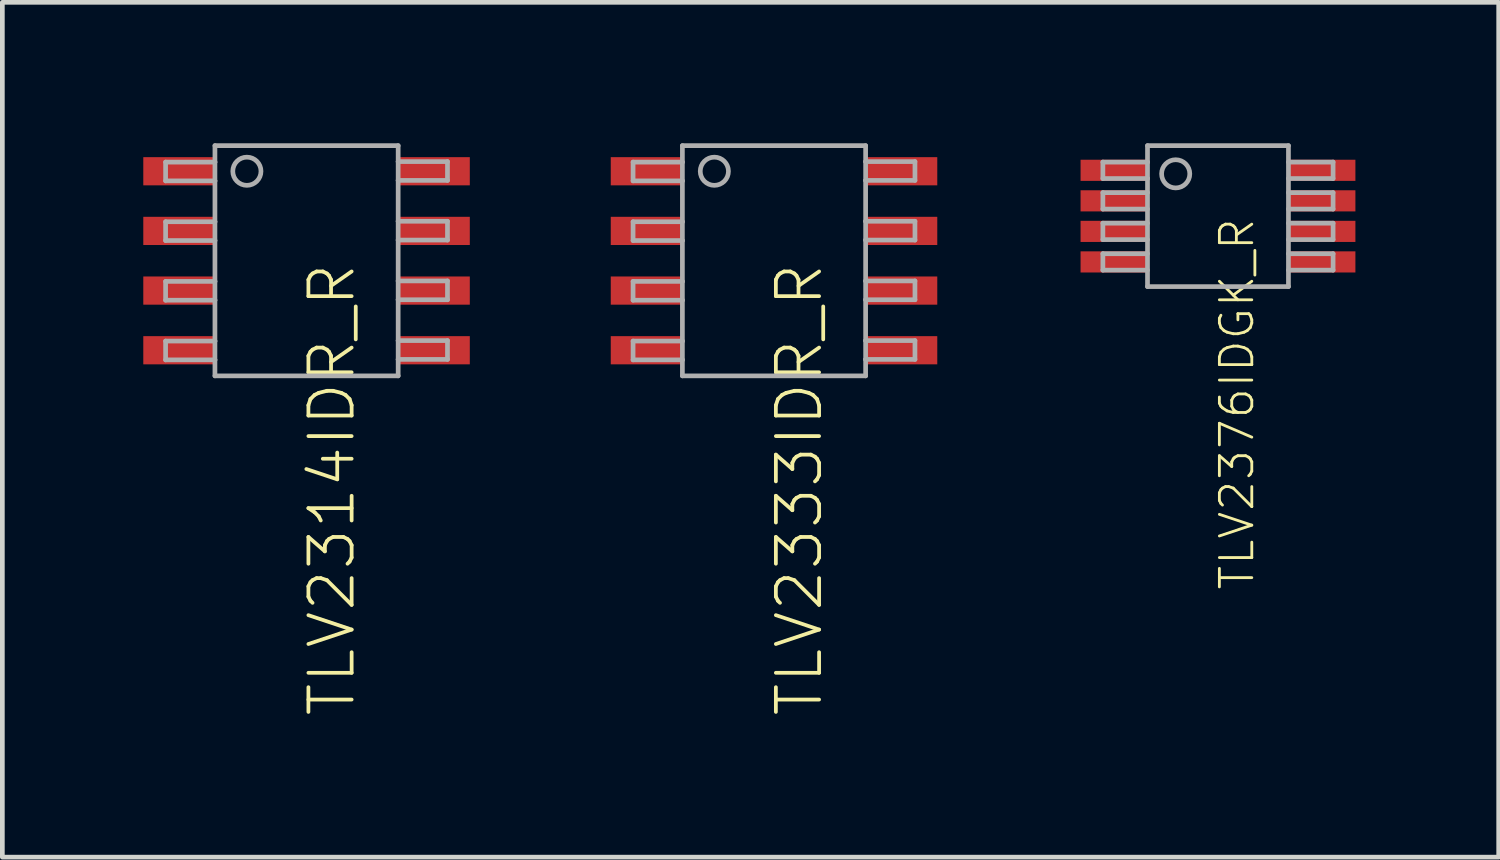
<source format=kicad_pcb>
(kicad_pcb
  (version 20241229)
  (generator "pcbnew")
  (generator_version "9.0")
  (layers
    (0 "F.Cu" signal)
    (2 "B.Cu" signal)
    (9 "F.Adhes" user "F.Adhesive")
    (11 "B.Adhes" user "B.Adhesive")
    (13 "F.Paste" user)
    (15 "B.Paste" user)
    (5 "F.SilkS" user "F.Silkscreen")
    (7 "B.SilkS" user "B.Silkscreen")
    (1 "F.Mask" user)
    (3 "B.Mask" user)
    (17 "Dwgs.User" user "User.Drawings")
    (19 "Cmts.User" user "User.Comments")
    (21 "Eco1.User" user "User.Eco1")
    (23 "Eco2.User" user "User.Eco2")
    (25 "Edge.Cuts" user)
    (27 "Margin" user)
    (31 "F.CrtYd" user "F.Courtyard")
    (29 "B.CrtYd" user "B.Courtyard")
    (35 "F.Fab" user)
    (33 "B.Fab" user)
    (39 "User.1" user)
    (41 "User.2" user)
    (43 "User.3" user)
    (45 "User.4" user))
  (footprint "TLV2314IDR_R"
    (layer "F.Cu")
    (at 3.475 2.5)
    (property "Reference" "TLV2314IDR_R" (at 0 0 90) (unlocked yes) (layer "F.SilkS") (effects (font (size 0.92 0.92) (thickness 0.08)) (justify right top)))
    (fp_poly (pts (xy -1.95 -1.63) (xy -3.45 -1.63) (xy -3.45 -2.18) (xy -1.95 -2.18)) (stroke (width 0) (type default)) (fill yes) (layer "F.Paste"))
    (fp_poly (pts (xy -1.95 -0.36) (xy -3.45 -0.36) (xy -3.45 -0.91) (xy -1.95 -0.91)) (stroke (width 0) (type default)) (fill yes) (layer "F.Paste"))
    (fp_poly (pts (xy -1.95 0.91) (xy -3.45 0.91) (xy -3.45 0.36) (xy -1.95 0.36)) (stroke (width 0) (type default)) (fill yes) (layer "F.Paste"))
    (fp_poly (pts (xy -1.95 2.18) (xy -3.45 2.18) (xy -3.45 1.63) (xy -1.95 1.63)) (stroke (width 0) (type default)) (fill yes) (layer "F.Paste"))
    (fp_poly (pts (xy 3.45 -1.63) (xy 1.95 -1.63) (xy 1.95 -2.18) (xy 3.45 -2.18)) (stroke (width 0) (type default)) (fill yes) (layer "F.Paste"))
    (fp_poly (pts (xy 3.45 -0.36) (xy 1.95 -0.36) (xy 1.95 -0.91) (xy 3.45 -0.91)) (stroke (width 0) (type default)) (fill yes) (layer "F.Paste"))
    (fp_poly (pts (xy 3.45 0.91) (xy 1.95 0.91) (xy 1.95 0.36) (xy 3.45 0.36)) (stroke (width 0) (type default)) (fill yes) (layer "F.Paste"))
    (fp_poly (pts (xy 3.45 2.18) (xy 1.95 2.18) (xy 1.95 1.63) (xy 3.45 1.63)) (stroke (width 0) (type default)) (fill yes) (layer "F.Paste"))
    (fp_line (start -3 -2.1) (end -3 -1.7) (stroke (width 0.1) (type solid)) (layer "F.Fab"))
    (fp_line (start -3 -1.7) (end -1.95 -1.7) (stroke (width 0.1) (type solid)) (layer "F.Fab"))
    (fp_line (start -3 -0.83) (end -3 -0.43) (stroke (width 0.1) (type solid)) (layer "F.Fab"))
    (fp_line (start -3 -0.43) (end -1.95 -0.43) (stroke (width 0.1) (type solid)) (layer "F.Fab"))
    (fp_line (start -3 0.44) (end -3 0.84) (stroke (width 0.1) (type solid)) (layer "F.Fab"))
    (fp_line (start -3 0.84) (end -1.95 0.84) (stroke (width 0.1) (type solid)) (layer "F.Fab"))
    (fp_line (start -3 1.71) (end -3 2.11) (stroke (width 0.1) (type solid)) (layer "F.Fab"))
    (fp_line (start -3 2.11) (end -1.95 2.11) (stroke (width 0.1) (type solid)) (layer "F.Fab"))
    (fp_line (start -1.95 -2.45) (end -1.95 -2.1) (stroke (width 0.1) (type solid)) (layer "F.Fab"))
    (fp_line (start -1.95 -2.1) (end -3 -2.1) (stroke (width 0.1) (type solid)) (layer "F.Fab"))
    (fp_line (start -1.95 -2.1) (end -1.95 -1.7) (stroke (width 0.1) (type solid)) (layer "F.Fab"))
    (fp_line (start -1.95 -1.7) (end -1.95 -0.83) (stroke (width 0.1) (type solid)) (layer "F.Fab"))
    (fp_line (start -1.95 -0.83) (end -3 -0.83) (stroke (width 0.1) (type solid)) (layer "F.Fab"))
    (fp_line (start -1.95 -0.83) (end -1.95 -0.43) (stroke (width 0.1) (type solid)) (layer "F.Fab"))
    (fp_line (start -1.95 -0.43) (end -1.95 0.44) (stroke (width 0.1) (type solid)) (layer "F.Fab"))
    (fp_line (start -1.95 0.44) (end -3 0.44) (stroke (width 0.1) (type solid)) (layer "F.Fab"))
    (fp_line (start -1.95 0.44) (end -1.95 0.84) (stroke (width 0.1) (type solid)) (layer "F.Fab"))
    (fp_line (start -1.95 0.84) (end -1.95 1.71) (stroke (width 0.1) (type solid)) (layer "F.Fab"))
    (fp_line (start -1.95 1.71) (end -3 1.71) (stroke (width 0.1) (type solid)) (layer "F.Fab"))
    (fp_line (start -1.95 1.71) (end -1.95 2.11) (stroke (width 0.1) (type solid)) (layer "F.Fab"))
    (fp_line (start -1.95 2.11) (end -1.95 2.45) (stroke (width 0.1) (type solid)) (layer "F.Fab"))
    (fp_line (start -1.95 2.45) (end 1.95 2.45) (stroke (width 0.1) (type solid)) (layer "F.Fab"))
    (fp_line (start 1.95 -2.45) (end -1.95 -2.45) (stroke (width 0.1) (type solid)) (layer "F.Fab"))
    (fp_line (start 1.95 -2.11) (end 1.95 -2.45) (stroke (width 0.1) (type solid)) (layer "F.Fab"))
    (fp_line (start 1.95 -1.71) (end 1.95 -2.11) (stroke (width 0.1) (type solid)) (layer "F.Fab"))
    (fp_line (start 1.95 -1.71) (end 3 -1.71) (stroke (width 0.1) (type solid)) (layer "F.Fab"))
    (fp_line (start 1.95 -0.84) (end 1.95 -1.71) (stroke (width 0.1) (type solid)) (layer "F.Fab"))
    (fp_line (start 1.95 -0.44) (end 1.95 -0.84) (stroke (width 0.1) (type solid)) (layer "F.Fab"))
    (fp_line (start 1.95 -0.44) (end 3 -0.44) (stroke (width 0.1) (type solid)) (layer "F.Fab"))
    (fp_line (start 1.95 0.43) (end 1.95 -0.44) (stroke (width 0.1) (type solid)) (layer "F.Fab"))
    (fp_line (start 1.95 0.83) (end 1.95 0.43) (stroke (width 0.1) (type solid)) (layer "F.Fab"))
    (fp_line (start 1.95 0.83) (end 3 0.83) (stroke (width 0.1) (type solid)) (layer "F.Fab"))
    (fp_line (start 1.95 1.7) (end 1.95 0.83) (stroke (width 0.1) (type solid)) (layer "F.Fab"))
    (fp_line (start 1.95 2.1) (end 1.95 1.7) (stroke (width 0.1) (type solid)) (layer "F.Fab"))
    (fp_line (start 1.95 2.1) (end 3 2.1) (stroke (width 0.1) (type solid)) (layer "F.Fab"))
    (fp_line (start 1.95 2.45) (end 1.95 2.1) (stroke (width 0.1) (type solid)) (layer "F.Fab"))
    (fp_line (start 3 -2.11) (end 1.95 -2.11) (stroke (width 0.1) (type solid)) (layer "F.Fab"))
    (fp_line (start 3 -1.71) (end 3 -2.11) (stroke (width 0.1) (type solid)) (layer "F.Fab"))
    (fp_line (start 3 -0.84) (end 1.95 -0.84) (stroke (width 0.1) (type solid)) (layer "F.Fab"))
    (fp_line (start 3 -0.44) (end 3 -0.84) (stroke (width 0.1) (type solid)) (layer "F.Fab"))
    (fp_line (start 3 0.43) (end 1.95 0.43) (stroke (width 0.1) (type solid)) (layer "F.Fab"))
    (fp_line (start 3 0.83) (end 3 0.43) (stroke (width 0.1) (type solid)) (layer "F.Fab"))
    (fp_line (start 3 1.7) (end 1.95 1.7) (stroke (width 0.1) (type solid)) (layer "F.Fab"))
    (fp_line (start 3 2.1) (end 3 1.7) (stroke (width 0.1) (type solid)) (layer "F.Fab"))
    (fp_circle (center -1.27 -1.905) (end -0.97 -1.905) (stroke (width 0.1) (type solid)) (fill no) (layer "F.Fab"))
    (pad "1" smd rect (at -2.7 -1.905 270) (size 0.6 1.55) (layers "F.Cu" "F.Mask"))
    (pad "2" smd rect (at -2.7 -0.635 270) (size 0.6 1.55) (layers "F.Cu" "F.Mask"))
    (pad "3" smd rect (at -2.7 0.635 270) (size 0.6 1.55) (layers "F.Cu" "F.Mask"))
    (pad "4" smd rect (at -2.7 1.905 270) (size 0.6 1.55) (layers "F.Cu" "F.Mask"))
    (pad "5" smd rect (at 2.7 1.905 270) (size 0.6 1.55) (layers "F.Cu" "F.Mask"))
    (pad "6" smd rect (at 2.7 0.635 270) (size 0.6 1.55) (layers "F.Cu" "F.Mask"))
    (pad "7" smd rect (at 2.7 -0.635 270) (size 0.6 1.55) (layers "F.Cu" "F.Mask"))
    (pad "8" smd rect (at 2.7 -1.905 270) (size 0.6 1.55) (layers "F.Cu" "F.Mask")))
  (footprint "TLV2333IDR_R"
    (layer "F.Cu")
    (at 13.425 2.5)
    (property "Reference" "TLV2333IDR_R" (at 0 0 90) (unlocked yes) (layer "F.SilkS") (effects (font (size 0.92 0.92) (thickness 0.08)) (justify right top)))
    (fp_poly (pts (xy -3.45 -2.18) (xy -3.45 -1.63) (xy -1.95 -1.63) (xy -1.95 -2.18)) (stroke (width 0) (type default)) (fill yes) (layer "F.Paste"))
    (fp_poly (pts (xy -3.45 -0.91) (xy -3.45 -0.36) (xy -1.95 -0.36) (xy -1.95 -0.91)) (stroke (width 0) (type default)) (fill yes) (layer "F.Paste"))
    (fp_poly (pts (xy -3.45 0.36) (xy -3.45 0.91) (xy -1.95 0.91) (xy -1.95 0.36)) (stroke (width 0) (type default)) (fill yes) (layer "F.Paste"))
    (fp_poly (pts (xy -3.45 1.63) (xy -3.45 2.18) (xy -1.95 2.18) (xy -1.95 1.63)) (stroke (width 0) (type default)) (fill yes) (layer "F.Paste"))
    (fp_poly (pts (xy 1.95 -2.18) (xy 1.95 -1.63) (xy 3.45 -1.63) (xy 3.45 -2.18)) (stroke (width 0) (type default)) (fill yes) (layer "F.Paste"))
    (fp_poly (pts (xy 1.95 -0.91) (xy 1.95 -0.36) (xy 3.45 -0.36) (xy 3.45 -0.91)) (stroke (width 0) (type default)) (fill yes) (layer "F.Paste"))
    (fp_poly (pts (xy 1.95 0.36) (xy 1.95 0.91) (xy 3.45 0.91) (xy 3.45 0.36)) (stroke (width 0) (type default)) (fill yes) (layer "F.Paste"))
    (fp_poly (pts (xy 1.95 1.63) (xy 1.95 2.18) (xy 3.45 2.18) (xy 3.45 1.63)) (stroke (width 0) (type default)) (fill yes) (layer "F.Paste"))
    (fp_line (start -3 -2.1) (end -3 -1.7) (stroke (width 0.1) (type solid)) (layer "F.Fab"))
    (fp_line (start -3 -1.7) (end -1.95 -1.7) (stroke (width 0.1) (type solid)) (layer "F.Fab"))
    (fp_line (start -3 -0.83) (end -3 -0.43) (stroke (width 0.1) (type solid)) (layer "F.Fab"))
    (fp_line (start -3 -0.43) (end -1.95 -0.43) (stroke (width 0.1) (type solid)) (layer "F.Fab"))
    (fp_line (start -3 0.44) (end -3 0.84) (stroke (width 0.1) (type solid)) (layer "F.Fab"))
    (fp_line (start -3 0.84) (end -1.95 0.84) (stroke (width 0.1) (type solid)) (layer "F.Fab"))
    (fp_line (start -3 1.71) (end -3 2.11) (stroke (width 0.1) (type solid)) (layer "F.Fab"))
    (fp_line (start -3 2.11) (end -1.95 2.11) (stroke (width 0.1) (type solid)) (layer "F.Fab"))
    (fp_line (start -1.95 -2.45) (end -1.95 -2.1) (stroke (width 0.1) (type solid)) (layer "F.Fab"))
    (fp_line (start -1.95 -2.1) (end -3 -2.1) (stroke (width 0.1) (type solid)) (layer "F.Fab"))
    (fp_line (start -1.95 -2.1) (end -1.95 -1.7) (stroke (width 0.1) (type solid)) (layer "F.Fab"))
    (fp_line (start -1.95 -1.7) (end -1.95 -0.83) (stroke (width 0.1) (type solid)) (layer "F.Fab"))
    (fp_line (start -1.95 -0.83) (end -3 -0.83) (stroke (width 0.1) (type solid)) (layer "F.Fab"))
    (fp_line (start -1.95 -0.83) (end -1.95 -0.43) (stroke (width 0.1) (type solid)) (layer "F.Fab"))
    (fp_line (start -1.95 -0.43) (end -1.95 0.44) (stroke (width 0.1) (type solid)) (layer "F.Fab"))
    (fp_line (start -1.95 0.44) (end -3 0.44) (stroke (width 0.1) (type solid)) (layer "F.Fab"))
    (fp_line (start -1.95 0.44) (end -1.95 0.84) (stroke (width 0.1) (type solid)) (layer "F.Fab"))
    (fp_line (start -1.95 0.84) (end -1.95 1.71) (stroke (width 0.1) (type solid)) (layer "F.Fab"))
    (fp_line (start -1.95 1.71) (end -3 1.71) (stroke (width 0.1) (type solid)) (layer "F.Fab"))
    (fp_line (start -1.95 1.71) (end -1.95 2.11) (stroke (width 0.1) (type solid)) (layer "F.Fab"))
    (fp_line (start -1.95 2.11) (end -1.95 2.45) (stroke (width 0.1) (type solid)) (layer "F.Fab"))
    (fp_line (start -1.95 2.45) (end 1.95 2.45) (stroke (width 0.1) (type solid)) (layer "F.Fab"))
    (fp_line (start 1.95 -2.45) (end -1.95 -2.45) (stroke (width 0.1) (type solid)) (layer "F.Fab"))
    (fp_line (start 1.95 -2.11) (end 1.95 -2.45) (stroke (width 0.1) (type solid)) (layer "F.Fab"))
    (fp_line (start 1.95 -1.71) (end 1.95 -2.11) (stroke (width 0.1) (type solid)) (layer "F.Fab"))
    (fp_line (start 1.95 -1.71) (end 3 -1.71) (stroke (width 0.1) (type solid)) (layer "F.Fab"))
    (fp_line (start 1.95 -0.84) (end 1.95 -1.71) (stroke (width 0.1) (type solid)) (layer "F.Fab"))
    (fp_line (start 1.95 -0.44) (end 1.95 -0.84) (stroke (width 0.1) (type solid)) (layer "F.Fab"))
    (fp_line (start 1.95 -0.44) (end 3 -0.44) (stroke (width 0.1) (type solid)) (layer "F.Fab"))
    (fp_line (start 1.95 0.43) (end 1.95 -0.44) (stroke (width 0.1) (type solid)) (layer "F.Fab"))
    (fp_line (start 1.95 0.83) (end 1.95 0.43) (stroke (width 0.1) (type solid)) (layer "F.Fab"))
    (fp_line (start 1.95 0.83) (end 3 0.83) (stroke (width 0.1) (type solid)) (layer "F.Fab"))
    (fp_line (start 1.95 1.7) (end 1.95 0.83) (stroke (width 0.1) (type solid)) (layer "F.Fab"))
    (fp_line (start 1.95 2.1) (end 1.95 1.7) (stroke (width 0.1) (type solid)) (layer "F.Fab"))
    (fp_line (start 1.95 2.1) (end 3 2.1) (stroke (width 0.1) (type solid)) (layer "F.Fab"))
    (fp_line (start 1.95 2.45) (end 1.95 2.1) (stroke (width 0.1) (type solid)) (layer "F.Fab"))
    (fp_line (start 3 -2.11) (end 1.95 -2.11) (stroke (width 0.1) (type solid)) (layer "F.Fab"))
    (fp_line (start 3 -1.71) (end 3 -2.11) (stroke (width 0.1) (type solid)) (layer "F.Fab"))
    (fp_line (start 3 -0.84) (end 1.95 -0.84) (stroke (width 0.1) (type solid)) (layer "F.Fab"))
    (fp_line (start 3 -0.44) (end 3 -0.84) (stroke (width 0.1) (type solid)) (layer "F.Fab"))
    (fp_line (start 3 0.43) (end 1.95 0.43) (stroke (width 0.1) (type solid)) (layer "F.Fab"))
    (fp_line (start 3 0.83) (end 3 0.43) (stroke (width 0.1) (type solid)) (layer "F.Fab"))
    (fp_line (start 3 1.7) (end 1.95 1.7) (stroke (width 0.1) (type solid)) (layer "F.Fab"))
    (fp_line (start 3 2.1) (end 3 1.7) (stroke (width 0.1) (type solid)) (layer "F.Fab"))
    (fp_circle (center -1.27 -1.905) (end -0.97 -1.905) (stroke (width 0.1) (type solid)) (fill no) (layer "F.Fab"))
    (pad "1" smd rect (at -2.7 -1.905 270) (size 0.6 1.55) (layers "F.Cu" "F.Mask"))
    (pad "2" smd rect (at -2.7 -0.635 270) (size 0.6 1.55) (layers "F.Cu" "F.Mask"))
    (pad "3" smd rect (at -2.7 0.635 270) (size 0.6 1.55) (layers "F.Cu" "F.Mask"))
    (pad "4" smd rect (at -2.7 1.905 270) (size 0.6 1.55) (layers "F.Cu" "F.Mask"))
    (pad "5" smd rect (at 2.7 1.905 270) (size 0.6 1.55) (layers "F.Cu" "F.Mask"))
    (pad "6" smd rect (at 2.7 0.635 270) (size 0.6 1.55) (layers "F.Cu" "F.Mask"))
    (pad "7" smd rect (at 2.7 -0.635 270) (size 0.6 1.55) (layers "F.Cu" "F.Mask"))
    (pad "8" smd rect (at 2.7 -1.905 270) (size 0.6 1.55) (layers "F.Cu" "F.Mask")))
  (footprint "TLV2376IDGK_R"
    (layer "F.Cu")
    (at 22.875 1.55)
    (property "Reference" "TLV2376IDGK_R" (at 0 0 90) (unlocked yes) (layer "F.SilkS") (effects (font (size 0.69 0.69) (thickness 0.06)) (justify right top)))
    (fp_poly (pts (xy -1.425 -0.7) (xy -1.425 -1.25) (xy -2.975 -1.25) (xy -2.975 -0.7)) (stroke (width 0) (type default)) (fill yes) (layer "F.Mask"))
    (fp_poly (pts (xy -1.425 -0.05) (xy -1.425 -0.6) (xy -2.975 -0.6) (xy -2.975 -0.05)) (stroke (width 0) (type default)) (fill yes) (layer "F.Mask"))
    (fp_poly (pts (xy -1.425 0.6) (xy -1.425 0.05) (xy -2.975 0.05) (xy -2.975 0.6)) (stroke (width 0) (type default)) (fill yes) (layer "F.Mask"))
    (fp_poly (pts (xy -1.425 1.25) (xy -1.425 0.7) (xy -2.975 0.7) (xy -2.975 1.25)) (stroke (width 0) (type default)) (fill yes) (layer "F.Mask"))
    (fp_poly (pts (xy 2.975 -0.7) (xy 2.975 -1.25) (xy 1.425 -1.25) (xy 1.425 -0.7)) (stroke (width 0) (type default)) (fill yes) (layer "F.Mask"))
    (fp_poly (pts (xy 2.975 -0.05) (xy 2.975 -0.6) (xy 1.425 -0.6) (xy 1.425 -0.05)) (stroke (width 0) (type default)) (fill yes) (layer "F.Mask"))
    (fp_poly (pts (xy 2.975 0.6) (xy 2.975 0.05) (xy 1.425 0.05) (xy 1.425 0.6)) (stroke (width 0) (type default)) (fill yes) (layer "F.Mask"))
    (fp_poly (pts (xy 2.975 1.25) (xy 2.975 0.7) (xy 1.425 0.7) (xy 1.425 1.25)) (stroke (width 0) (type default)) (fill yes) (layer "F.Mask"))
    (fp_line (start -2.45 -1.15) (end -2.45 -0.8) (stroke (width 0.1) (type solid)) (layer "F.Fab"))
    (fp_line (start -2.45 -0.8) (end -1.5 -0.8) (stroke (width 0.1) (type solid)) (layer "F.Fab"))
    (fp_line (start -2.45 -0.5) (end -2.45 -0.15) (stroke (width 0.1) (type solid)) (layer "F.Fab"))
    (fp_line (start -2.45 -0.15) (end -1.5 -0.15) (stroke (width 0.1) (type solid)) (layer "F.Fab"))
    (fp_line (start -2.45 0.15) (end -2.45 0.5) (stroke (width 0.1) (type solid)) (layer "F.Fab"))
    (fp_line (start -2.45 0.5) (end -1.5 0.5) (stroke (width 0.1) (type solid)) (layer "F.Fab"))
    (fp_line (start -2.45 0.8) (end -2.45 1.15) (stroke (width 0.1) (type solid)) (layer "F.Fab"))
    (fp_line (start -2.45 1.15) (end -1.5 1.15) (stroke (width 0.1) (type solid)) (layer "F.Fab"))
    (fp_line (start -1.5 -1.5) (end -1.5 -1.15) (stroke (width 0.1) (type solid)) (layer "F.Fab"))
    (fp_line (start -1.5 -1.15) (end -2.45 -1.15) (stroke (width 0.1) (type solid)) (layer "F.Fab"))
    (fp_line (start -1.5 -1.15) (end -1.5 -0.8) (stroke (width 0.1) (type solid)) (layer "F.Fab"))
    (fp_line (start -1.5 -0.8) (end -1.5 1.5) (stroke (width 0.1) (type solid)) (layer "F.Fab"))
    (fp_line (start -1.5 -0.5) (end -2.45 -0.5) (stroke (width 0.1) (type solid)) (layer "F.Fab"))
    (fp_line (start -1.5 0.15) (end -2.45 0.15) (stroke (width 0.1) (type solid)) (layer "F.Fab"))
    (fp_line (start -1.5 0.8) (end -2.45 0.8) (stroke (width 0.1) (type solid)) (layer "F.Fab"))
    (fp_line (start -1.5 1.5) (end 1.5 1.5) (stroke (width 0.1) (type solid)) (layer "F.Fab"))
    (fp_line (start 1.5 -1.5) (end -1.5 -1.5) (stroke (width 0.1) (type solid)) (layer "F.Fab"))
    (fp_line (start 1.5 -0.8) (end 2.45 -0.8) (stroke (width 0.1) (type solid)) (layer "F.Fab"))
    (fp_line (start 1.5 -0.15) (end 2.45 -0.15) (stroke (width 0.1) (type solid)) (layer "F.Fab"))
    (fp_line (start 1.5 0.5) (end 2.45 0.5) (stroke (width 0.1) (type solid)) (layer "F.Fab"))
    (fp_line (start 1.5 1.15) (end 2.45 1.15) (stroke (width 0.1) (type solid)) (layer "F.Fab"))
    (fp_line (start 1.5 1.5) (end 1.5 -1.5) (stroke (width 0.1) (type solid)) (layer "F.Fab"))
    (fp_line (start 2.45 -1.15) (end 1.5 -1.15) (stroke (width 0.1) (type solid)) (layer "F.Fab"))
    (fp_line (start 2.45 -0.8) (end 2.45 -1.15) (stroke (width 0.1) (type solid)) (layer "F.Fab"))
    (fp_line (start 2.45 -0.5) (end 1.5 -0.5) (stroke (width 0.1) (type solid)) (layer "F.Fab"))
    (fp_line (start 2.45 -0.15) (end 2.45 -0.5) (stroke (width 0.1) (type solid)) (layer "F.Fab"))
    (fp_line (start 2.45 0.15) (end 1.5 0.15) (stroke (width 0.1) (type solid)) (layer "F.Fab"))
    (fp_line (start 2.45 0.5) (end 2.45 0.15) (stroke (width 0.1) (type solid)) (layer "F.Fab"))
    (fp_line (start 2.45 0.8) (end 1.5 0.8) (stroke (width 0.1) (type solid)) (layer "F.Fab"))
    (fp_line (start 2.45 1.15) (end 2.45 0.8) (stroke (width 0.1) (type solid)) (layer "F.Fab"))
    (fp_circle (center -0.9 -0.9) (end -0.6 -0.9) (stroke (width 0.1) (type solid)) (fill no) (layer "F.Fab"))
    (pad "1" smd rect (at -2.2 -0.975 180) (size 1.45 0.45) (layers "F.Cu" "F.Paste"))
    (pad "2" smd rect (at -2.2 -0.325 180) (size 1.45 0.45) (layers "F.Cu" "F.Paste"))
    (pad "3" smd rect (at -2.2 0.325 180) (size 1.45 0.45) (layers "F.Cu" "F.Paste"))
    (pad "4" smd rect (at -2.2 0.975 180) (size 1.45 0.45) (layers "F.Cu" "F.Paste"))
    (pad "5" smd rect (at 2.2 0.975 180) (size 1.45 0.45) (layers "F.Cu" "F.Paste"))
    (pad "6" smd rect (at 2.2 0.325 180) (size 1.45 0.45) (layers "F.Cu" "F.Paste"))
    (pad "7" smd rect (at 2.2 -0.325 180) (size 1.45 0.45) (layers "F.Cu" "F.Paste"))
    (pad "8" smd rect (at 2.2 -0.975 180) (size 1.45 0.45) (layers "F.Cu" "F.Paste")))
  (gr_rect
    (start -3 -3)
    (end 28.85 15.194)
    (stroke (width 0.1) (type default))
    (fill no)
    (layer "Edge.Cuts")))
</source>
